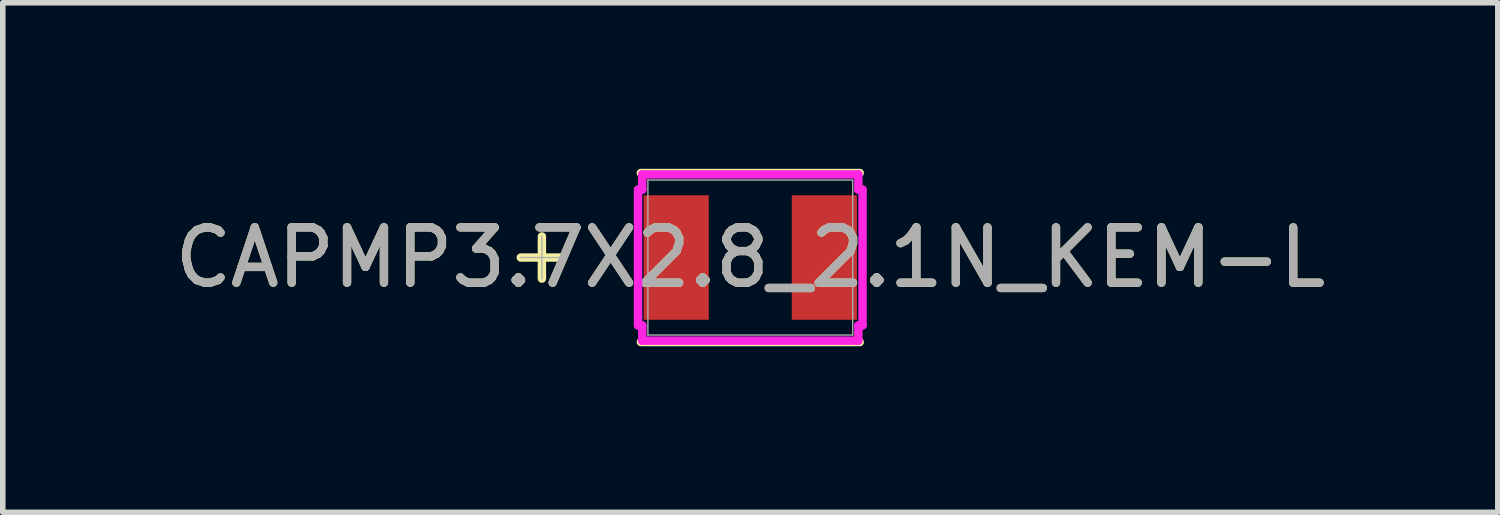
<source format=kicad_pcb>
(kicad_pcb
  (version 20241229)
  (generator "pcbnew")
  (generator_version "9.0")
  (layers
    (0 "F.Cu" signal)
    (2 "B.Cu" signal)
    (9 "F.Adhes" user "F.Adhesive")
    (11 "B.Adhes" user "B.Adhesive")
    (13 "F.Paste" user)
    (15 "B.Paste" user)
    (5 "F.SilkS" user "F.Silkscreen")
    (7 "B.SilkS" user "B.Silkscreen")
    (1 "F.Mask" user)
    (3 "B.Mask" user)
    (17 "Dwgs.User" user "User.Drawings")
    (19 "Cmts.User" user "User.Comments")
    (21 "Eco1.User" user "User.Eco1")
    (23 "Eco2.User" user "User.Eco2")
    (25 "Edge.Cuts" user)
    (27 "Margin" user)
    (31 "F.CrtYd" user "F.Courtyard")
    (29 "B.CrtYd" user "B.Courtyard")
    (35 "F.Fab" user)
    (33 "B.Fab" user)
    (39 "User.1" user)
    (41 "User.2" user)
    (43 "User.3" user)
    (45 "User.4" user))
  (footprint "CAPMP3.7X2.8_2.1N_KEM-L"
    (layer "F.Cu")
    (at 10.506 1.603)
    (property "Reference" "CAPMP3.7X2.8_2.1N_KEM-L" (at 0 0 0) (unlocked yes) (layer "F.SilkS") (effects (font (size 1 1) (thickness 0.15))))
    (attr smd)
    (fp_line (start -3.765 -0.381) (end -3.765 0.381) (stroke (width 0.152) (type solid)) (layer "F.SilkS"))
    (fp_line (start -3.384 0) (end -4.146 0) (stroke (width 0.152) (type solid)) (layer "F.SilkS"))
    (fp_line (start -1.977 1.527) (end 1.977 1.527) (stroke (width 0.152) (type solid)) (layer "F.SilkS"))
    (fp_line (start 1.977 -1.527) (end -1.977 -1.527) (stroke (width 0.152) (type solid)) (layer "F.SilkS"))
    (fp_line (start -2.028 -1.226) (end -1.952 -1.226) (stroke (width 0.152) (type solid)) (layer "F.CrtYd"))
    (fp_line (start -2.028 1.226) (end -2.028 -1.226) (stroke (width 0.152) (type solid)) (layer "F.CrtYd"))
    (fp_line (start -1.952 -1.502) (end 1.952 -1.502) (stroke (width 0.152) (type solid)) (layer "F.CrtYd"))
    (fp_line (start -1.952 -1.226) (end -1.952 -1.502) (stroke (width 0.152) (type solid)) (layer "F.CrtYd"))
    (fp_line (start -1.952 1.226) (end -2.028 1.226) (stroke (width 0.152) (type solid)) (layer "F.CrtYd"))
    (fp_line (start -1.952 1.502) (end -1.952 1.226) (stroke (width 0.152) (type solid)) (layer "F.CrtYd"))
    (fp_line (start 1.952 -1.502) (end 1.952 -1.226) (stroke (width 0.152) (type solid)) (layer "F.CrtYd"))
    (fp_line (start 1.952 -1.226) (end 2.028 -1.226) (stroke (width 0.152) (type solid)) (layer "F.CrtYd"))
    (fp_line (start 1.952 1.226) (end 1.952 1.502) (stroke (width 0.152) (type solid)) (layer "F.CrtYd"))
    (fp_line (start 1.952 1.502) (end -1.952 1.502) (stroke (width 0.152) (type solid)) (layer "F.CrtYd"))
    (fp_line (start 2.028 -1.226) (end 2.028 1.226) (stroke (width 0.152) (type solid)) (layer "F.CrtYd"))
    (fp_line (start 2.028 1.226) (end 1.952 1.226) (stroke (width 0.152) (type solid)) (layer "F.CrtYd"))
    (fp_line (start -3.765 -0.381) (end -3.765 0.381) (stroke (width 0.025) (type solid)) (layer "F.Fab"))
    (fp_line (start -3.384 0) (end -4.146 0) (stroke (width 0.025) (type solid)) (layer "F.Fab"))
    (fp_line (start -1.85 -1.4) (end -1.85 1.4) (stroke (width 0.025) (type solid)) (layer "F.Fab"))
    (fp_line (start -1.85 1.4) (end 1.85 1.4) (stroke (width 0.025) (type solid)) (layer "F.Fab"))
    (fp_line (start 1.85 -1.4) (end -1.85 -1.4) (stroke (width 0.025) (type solid)) (layer "F.Fab"))
    (fp_line (start 1.85 1.4) (end 1.85 -1.4) (stroke (width 0.025) (type solid)) (layer "F.Fab"))
    (fp_text user "${REFERENCE}" (at 0 0 0) (unlocked yes) (layer "F.Fab") (effects (font (size 1 1) (thickness 0.15))))
    (pad "1" smd rect (at -1.338 0 90) (size 2.249 1.177) (layers "F.Cu" "F.Mask" "F.Paste"))
    (pad "2" smd rect (at 1.338 0 90) (size 2.249 1.177) (layers "F.Cu" "F.Mask" "F.Paste"))
    (zone (net_name "") (layer "F.Cu") (hatch full 0.508) (connect_pads) (min_thickness 0.254) (filled_areas_thickness no) (keepout (tracks not_allowed) (vias not_allowed) (pads allowed) (copperpour not_allowed) (footprints allowed)) (placement (enabled no)) (fill) (polygon (pts (xy 8.707 0.254) (xy 12.305 0.254) (xy 12.305 0.402) (xy 8.707 0.402))))
    (zone (net_name "") (layer "F.Cu") (hatch full 0.508) (connect_pads) (min_thickness 0.254) (filled_areas_thickness no) (keepout (tracks not_allowed) (vias not_allowed) (pads allowed) (copperpour not_allowed) (footprints allowed)) (placement (enabled no)) (fill) (polygon (pts (xy 8.707 2.804) (xy 12.305 2.804) (xy 12.305 2.952) (xy 8.707 2.952))))
    (zone (net_name "") (layer "F.Cu") (hatch full 0.508) (connect_pads) (min_thickness 0.254) (filled_areas_thickness no) (keepout (tracks not_allowed) (vias not_allowed) (pads allowed) (copperpour not_allowed) (footprints allowed)) (placement (enabled no)) (fill) (polygon (pts (xy 9.608 0.402) (xy 11.404 0.402) (xy 11.404 2.804) (xy 9.608 2.804)))))
  (gr_rect
    (start -3 -3)
    (end 24.012 6.206)
    (stroke (width 0.1) (type default))
    (fill no)
    (layer "Edge.Cuts")))
</source>
